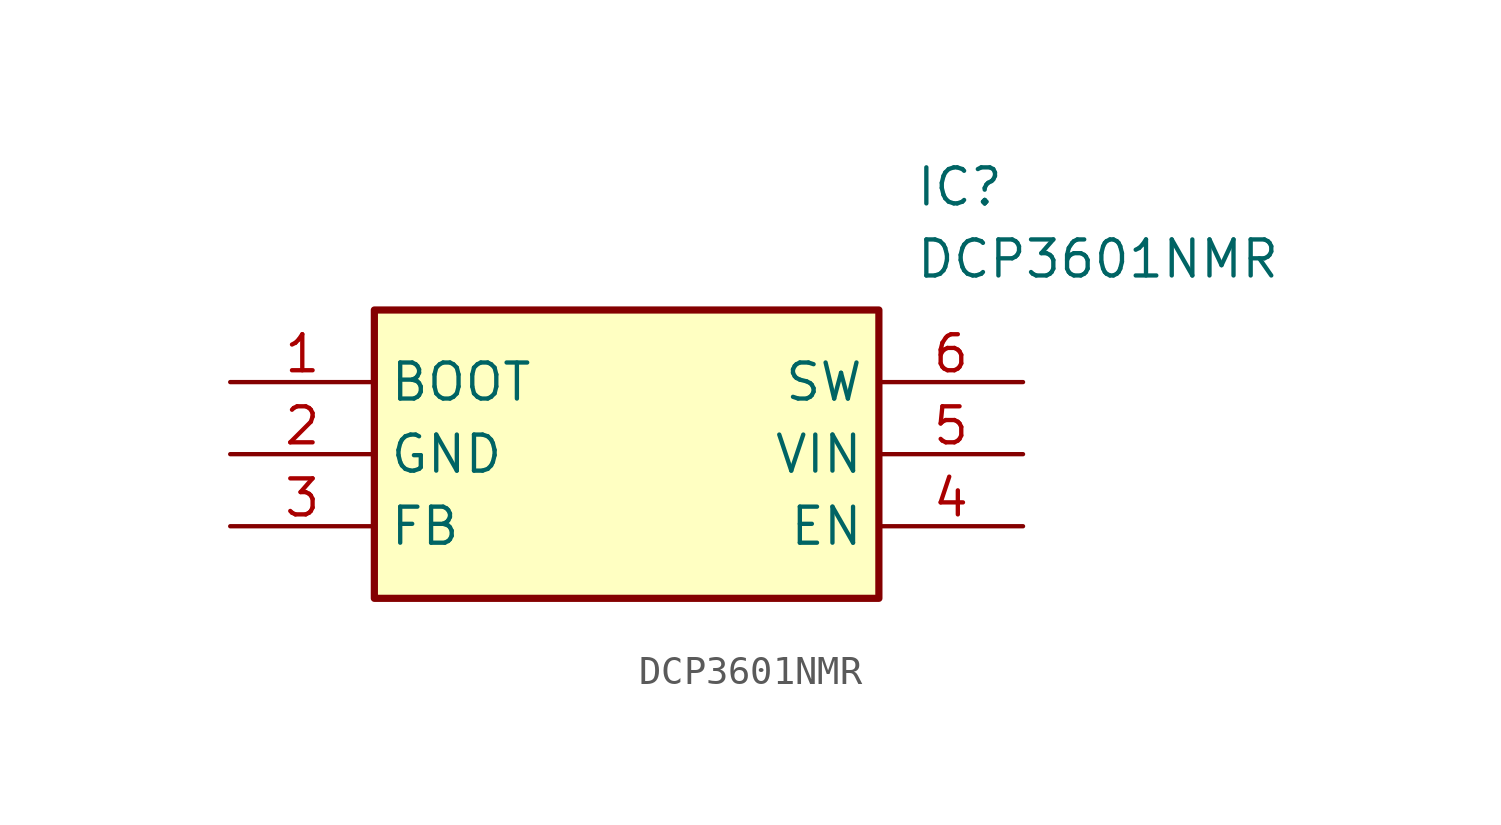
<source format=kicad_sym>
(kicad_symbol_lib
  (version 20211014)
  (generator SamacSys_ECAD_Model)
  (symbol "DCP3601NMR"
    (property "Reference" "IC"
      (at 24.13 7.62 0)
      (effects (font (size 1.27 1.27)) (justify left top)))
    (property "Value" "DCP3601NMR"
      (at 24.13 5.08 0)
      (effects (font (size 1.27 1.27)) (justify left top)))
    (rectangle
      (start 5.08 2.54)
      (end 22.86 -7.62)
      (stroke (width 0.254) (type default))
      (fill (type background)))
    (pin passive line
      (at 0 0 0)
      (length 5.08)
      (name "BOOT" (effects (font (size 1.27 1.27))))
      (number "1" (effects (font (size 1.27 1.27)))))
    (pin passive line
      (at 0 -2.54 0)
      (length 5.08)
      (name "GND" (effects (font (size 1.27 1.27))))
      (number "2" (effects (font (size 1.27 1.27)))))
    (pin passive line
      (at 0 -5.08 0)
      (length 5.08)
      (name "FB" (effects (font (size 1.27 1.27))))
      (number "3" (effects (font (size 1.27 1.27)))))
    (pin passive line
      (at 27.94 0 180)
      (length 5.08)
      (name "SW" (effects (font (size 1.27 1.27))))
      (number "6" (effects (font (size 1.27 1.27)))))
    (pin passive line
      (at 27.94 -2.54 180)
      (length 5.08)
      (name "VIN" (effects (font (size 1.27 1.27))))
      (number "5" (effects (font (size 1.27 1.27)))))
    (pin passive line
      (at 27.94 -5.08 180)
      (length 5.08)
      (name "EN" (effects (font (size 1.27 1.27))))
      (number "4" (effects (font (size 1.27 1.27)))))))
</source>
